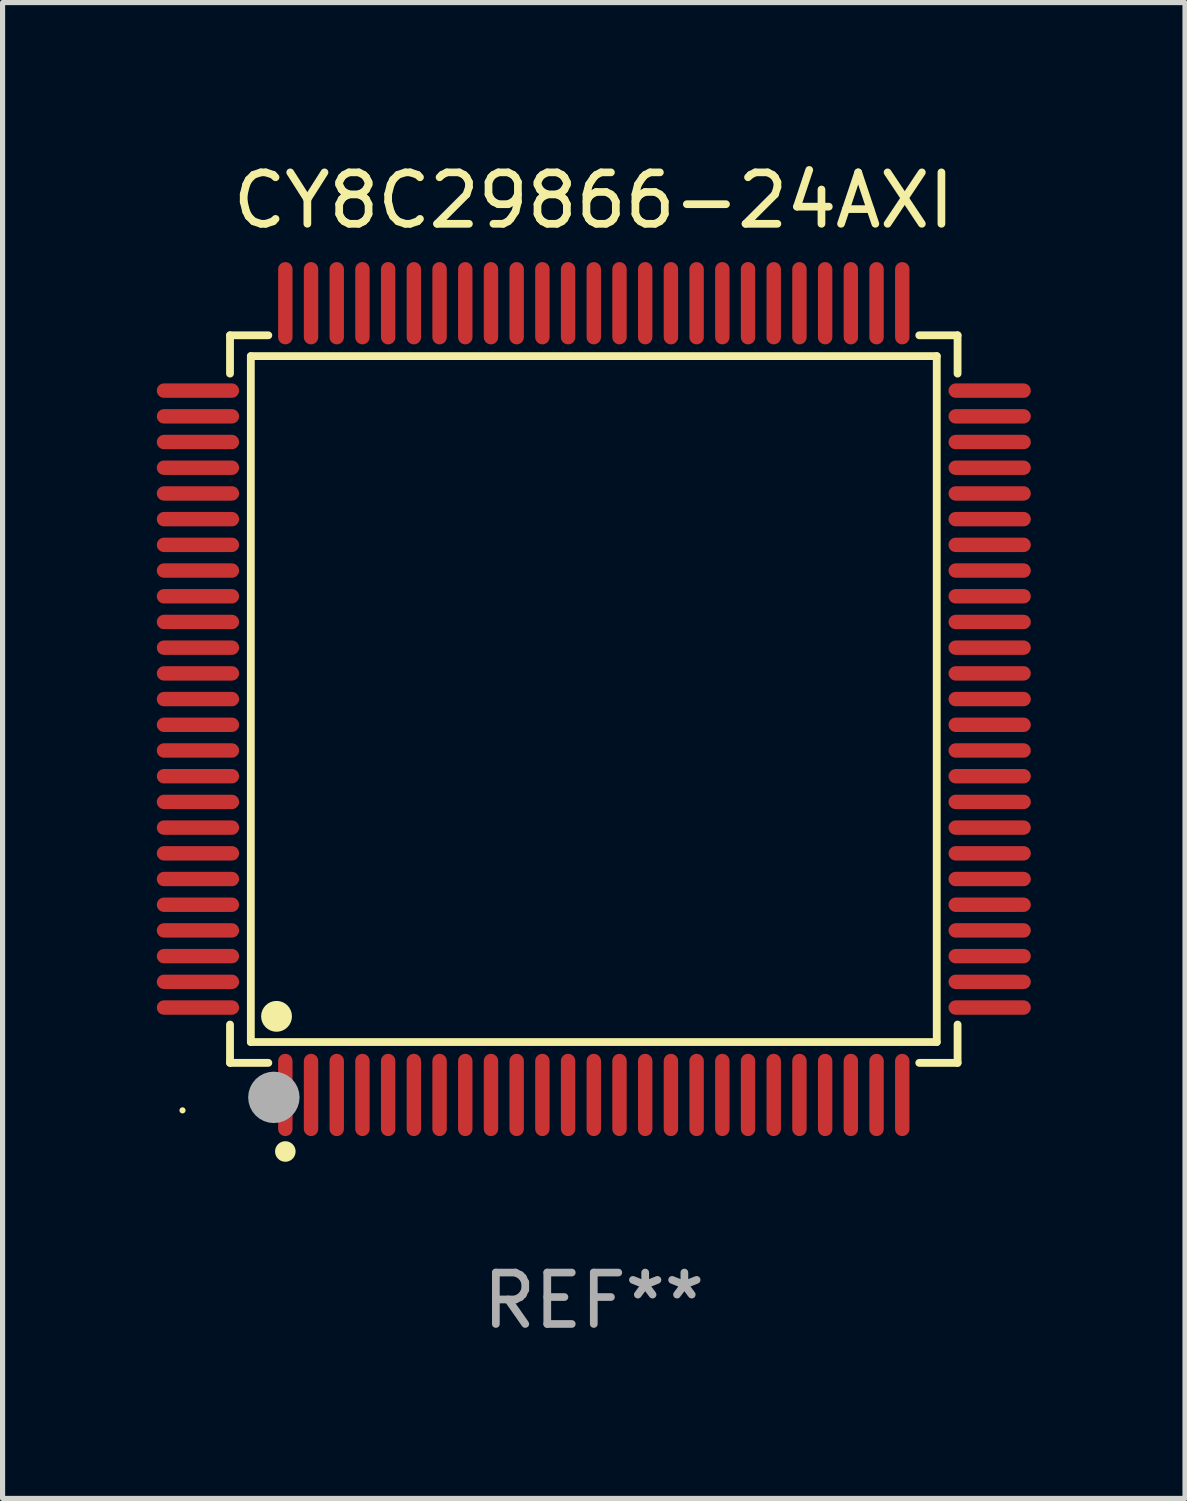
<source format=kicad_pcb>
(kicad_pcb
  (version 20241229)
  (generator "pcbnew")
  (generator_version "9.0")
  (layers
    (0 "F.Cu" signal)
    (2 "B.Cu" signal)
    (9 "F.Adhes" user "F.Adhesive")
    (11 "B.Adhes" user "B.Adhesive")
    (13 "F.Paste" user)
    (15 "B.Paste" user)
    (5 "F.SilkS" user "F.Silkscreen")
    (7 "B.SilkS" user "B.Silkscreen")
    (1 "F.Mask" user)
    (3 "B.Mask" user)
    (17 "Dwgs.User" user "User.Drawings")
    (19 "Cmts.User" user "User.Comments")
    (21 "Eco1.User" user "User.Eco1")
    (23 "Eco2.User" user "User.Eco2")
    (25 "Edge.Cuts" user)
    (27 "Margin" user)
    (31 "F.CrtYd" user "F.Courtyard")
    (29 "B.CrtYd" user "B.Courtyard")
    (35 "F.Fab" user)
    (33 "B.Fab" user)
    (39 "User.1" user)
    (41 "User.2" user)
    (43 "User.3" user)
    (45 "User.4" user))
  (footprint "CY8C29866-24AXI"
    (layer "F.Cu")
    (at 8.5 10.548)
    (property "Reference" "CY8C29866-24AXI" (at 0 -9.7 0) (layer "F.SilkS") (effects (font (size 1 1) (thickness 0.15))))
    (attr through_hole)
    (fp_line (start -7.076 -7.076) (end -6.331 -7.076) (stroke (width 0.152) (type solid)) (layer "F.SilkS"))
    (fp_line (start -7.076 -6.331) (end -7.076 -7.076) (stroke (width 0.152) (type solid)) (layer "F.SilkS"))
    (fp_line (start -7.076 6.331) (end -7.076 7.076) (stroke (width 0.152) (type solid)) (layer "F.SilkS"))
    (fp_line (start -7.076 7.076) (end -6.331 7.076) (stroke (width 0.152) (type solid)) (layer "F.SilkS"))
    (fp_line (start -6.671 -6.671) (end 6.671 -6.671) (stroke (width 0.152) (type solid)) (layer "F.SilkS"))
    (fp_line (start -6.671 6.671) (end -6.671 -6.671) (stroke (width 0.152) (type solid)) (layer "F.SilkS"))
    (fp_line (start 6.671 -6.671) (end 6.671 6.671) (stroke (width 0.152) (type solid)) (layer "F.SilkS"))
    (fp_line (start 6.671 6.671) (end -6.671 6.671) (stroke (width 0.152) (type solid)) (layer "F.SilkS"))
    (fp_line (start 7.076 -7.076) (end 6.331 -7.076) (stroke (width 0.152) (type solid)) (layer "F.SilkS"))
    (fp_line (start 7.076 -6.331) (end 7.076 -7.076) (stroke (width 0.152) (type solid)) (layer "F.SilkS"))
    (fp_line (start 7.076 6.331) (end 7.076 7.076) (stroke (width 0.152) (type solid)) (layer "F.SilkS"))
    (fp_line (start 7.076 7.076) (end 6.331 7.076) (stroke (width 0.152) (type solid)) (layer "F.SilkS"))
    (fp_circle (center -8 8) (end -7.97 8) (stroke (width 0.06) (type solid)) (fill no) (layer "F.SilkS"))
    (fp_circle (center -6.171 6.171) (end -6.021 6.171) (stroke (width 0.3) (type solid)) (fill no) (layer "F.SilkS"))
    (fp_circle (center -6 8.8) (end -5.9 8.8) (stroke (width 0.2) (type solid)) (fill no) (layer "F.SilkS"))
    (fp_circle (center -6.223 7.747) (end -5.973 7.747) (stroke (width 0.5) (type solid)) (fill no) (layer "F.Fab"))
    (fp_text user "REF**" (at 0 11.7 0) (layer "F.Fab") (effects (font (size 1 1) (thickness 0.15))))
    (pad "1" smd oval (at -6 7.7) (size 0.28 1.6) (layers "F.Cu" "F.Mask" "F.Paste"))
    (pad "2" smd oval (at -5.5 7.7) (size 0.28 1.6) (layers "F.Cu" "F.Mask" "F.Paste"))
    (pad "3" smd oval (at -5 7.7) (size 0.28 1.6) (layers "F.Cu" "F.Mask" "F.Paste"))
    (pad "4" smd oval (at -4.5 7.7) (size 0.28 1.6) (layers "F.Cu" "F.Mask" "F.Paste"))
    (pad "5" smd oval (at -4 7.7) (size 0.28 1.6) (layers "F.Cu" "F.Mask" "F.Paste"))
    (pad "6" smd oval (at -3.5 7.7) (size 0.28 1.6) (layers "F.Cu" "F.Mask" "F.Paste"))
    (pad "7" smd oval (at -3 7.7) (size 0.28 1.6) (layers "F.Cu" "F.Mask" "F.Paste"))
    (pad "8" smd oval (at -2.5 7.7) (size 0.28 1.6) (layers "F.Cu" "F.Mask" "F.Paste"))
    (pad "9" smd oval (at -2 7.7) (size 0.28 1.6) (layers "F.Cu" "F.Mask" "F.Paste"))
    (pad "10" smd oval (at -1.5 7.7) (size 0.28 1.6) (layers "F.Cu" "F.Mask" "F.Paste"))
    (pad "11" smd oval (at -1 7.7) (size 0.28 1.6) (layers "F.Cu" "F.Mask" "F.Paste"))
    (pad "12" smd oval (at -0.5 7.7) (size 0.28 1.6) (layers "F.Cu" "F.Mask" "F.Paste"))
    (pad "13" smd oval (at 0 7.7) (size 0.28 1.6) (layers "F.Cu" "F.Mask" "F.Paste"))
    (pad "14" smd oval (at 0.5 7.7) (size 0.28 1.6) (layers "F.Cu" "F.Mask" "F.Paste"))
    (pad "15" smd oval (at 1 7.7) (size 0.28 1.6) (layers "F.Cu" "F.Mask" "F.Paste"))
    (pad "16" smd oval (at 1.5 7.7) (size 0.28 1.6) (layers "F.Cu" "F.Mask" "F.Paste"))
    (pad "17" smd oval (at 2 7.7) (size 0.28 1.6) (layers "F.Cu" "F.Mask" "F.Paste"))
    (pad "18" smd oval (at 2.5 7.7) (size 0.28 1.6) (layers "F.Cu" "F.Mask" "F.Paste"))
    (pad "19" smd oval (at 3 7.7) (size 0.28 1.6) (layers "F.Cu" "F.Mask" "F.Paste"))
    (pad "20" smd oval (at 3.5 7.7) (size 0.28 1.6) (layers "F.Cu" "F.Mask" "F.Paste"))
    (pad "21" smd oval (at 4 7.7) (size 0.28 1.6) (layers "F.Cu" "F.Mask" "F.Paste"))
    (pad "22" smd oval (at 4.5 7.7) (size 0.28 1.6) (layers "F.Cu" "F.Mask" "F.Paste"))
    (pad "23" smd oval (at 5 7.7) (size 0.28 1.6) (layers "F.Cu" "F.Mask" "F.Paste"))
    (pad "24" smd oval (at 5.5 7.7) (size 0.28 1.6) (layers "F.Cu" "F.Mask" "F.Paste"))
    (pad "25" smd oval (at 6 7.7) (size 0.28 1.6) (layers "F.Cu" "F.Mask" "F.Paste"))
    (pad "26" smd oval (at 7.7 6) (size 1.6 0.28) (layers "F.Cu" "F.Mask" "F.Paste"))
    (pad "27" smd oval (at 7.7 5.5) (size 1.6 0.28) (layers "F.Cu" "F.Mask" "F.Paste"))
    (pad "28" smd oval (at 7.7 5) (size 1.6 0.28) (layers "F.Cu" "F.Mask" "F.Paste"))
    (pad "29" smd oval (at 7.7 4.5) (size 1.6 0.28) (layers "F.Cu" "F.Mask" "F.Paste"))
    (pad "30" smd oval (at 7.7 4) (size 1.6 0.28) (layers "F.Cu" "F.Mask" "F.Paste"))
    (pad "31" smd oval (at 7.7 3.5) (size 1.6 0.28) (layers "F.Cu" "F.Mask" "F.Paste"))
    (pad "32" smd oval (at 7.7 3) (size 1.6 0.28) (layers "F.Cu" "F.Mask" "F.Paste"))
    (pad "33" smd oval (at 7.7 2.5) (size 1.6 0.28) (layers "F.Cu" "F.Mask" "F.Paste"))
    (pad "34" smd oval (at 7.7 2) (size 1.6 0.28) (layers "F.Cu" "F.Mask" "F.Paste"))
    (pad "35" smd oval (at 7.7 1.5) (size 1.6 0.28) (layers "F.Cu" "F.Mask" "F.Paste"))
    (pad "36" smd oval (at 7.7 1) (size 1.6 0.28) (layers "F.Cu" "F.Mask" "F.Paste"))
    (pad "37" smd oval (at 7.7 0.5) (size 1.6 0.28) (layers "F.Cu" "F.Mask" "F.Paste"))
    (pad "38" smd oval (at 7.7 0) (size 1.6 0.28) (layers "F.Cu" "F.Mask" "F.Paste"))
    (pad "39" smd oval (at 7.7 -0.5) (size 1.6 0.28) (layers "F.Cu" "F.Mask" "F.Paste"))
    (pad "40" smd oval (at 7.7 -1) (size 1.6 0.28) (layers "F.Cu" "F.Mask" "F.Paste"))
    (pad "41" smd oval (at 7.7 -1.5) (size 1.6 0.28) (layers "F.Cu" "F.Mask" "F.Paste"))
    (pad "42" smd oval (at 7.7 -2) (size 1.6 0.28) (layers "F.Cu" "F.Mask" "F.Paste"))
    (pad "43" smd oval (at 7.7 -2.5) (size 1.6 0.28) (layers "F.Cu" "F.Mask" "F.Paste"))
    (pad "44" smd oval (at 7.7 -3) (size 1.6 0.28) (layers "F.Cu" "F.Mask" "F.Paste"))
    (pad "45" smd oval (at 7.7 -3.5) (size 1.6 0.28) (layers "F.Cu" "F.Mask" "F.Paste"))
    (pad "46" smd oval (at 7.7 -4) (size 1.6 0.28) (layers "F.Cu" "F.Mask" "F.Paste"))
    (pad "47" smd oval (at 7.7 -4.5) (size 1.6 0.28) (layers "F.Cu" "F.Mask" "F.Paste"))
    (pad "48" smd oval (at 7.7 -5) (size 1.6 0.28) (layers "F.Cu" "F.Mask" "F.Paste"))
    (pad "49" smd oval (at 7.7 -5.5) (size 1.6 0.28) (layers "F.Cu" "F.Mask" "F.Paste"))
    (pad "50" smd oval (at 7.7 -6) (size 1.6 0.28) (layers "F.Cu" "F.Mask" "F.Paste"))
    (pad "51" smd oval (at 6 -7.7) (size 0.28 1.6) (layers "F.Cu" "F.Mask" "F.Paste"))
    (pad "52" smd oval (at 5.5 -7.7) (size 0.28 1.6) (layers "F.Cu" "F.Mask" "F.Paste"))
    (pad "53" smd oval (at 5 -7.7) (size 0.28 1.6) (layers "F.Cu" "F.Mask" "F.Paste"))
    (pad "54" smd oval (at 4.5 -7.7) (size 0.28 1.6) (layers "F.Cu" "F.Mask" "F.Paste"))
    (pad "55" smd oval (at 4 -7.7) (size 0.28 1.6) (layers "F.Cu" "F.Mask" "F.Paste"))
    (pad "56" smd oval (at 3.5 -7.7) (size 0.28 1.6) (layers "F.Cu" "F.Mask" "F.Paste"))
    (pad "57" smd oval (at 3 -7.7) (size 0.28 1.6) (layers "F.Cu" "F.Mask" "F.Paste"))
    (pad "58" smd oval (at 2.5 -7.7) (size 0.28 1.6) (layers "F.Cu" "F.Mask" "F.Paste"))
    (pad "59" smd oval (at 2 -7.7) (size 0.28 1.6) (layers "F.Cu" "F.Mask" "F.Paste"))
    (pad "60" smd oval (at 1.5 -7.7) (size 0.28 1.6) (layers "F.Cu" "F.Mask" "F.Paste"))
    (pad "61" smd oval (at 1 -7.7) (size 0.28 1.6) (layers "F.Cu" "F.Mask" "F.Paste"))
    (pad "62" smd oval (at 0.5 -7.7) (size 0.28 1.6) (layers "F.Cu" "F.Mask" "F.Paste"))
    (pad "63" smd oval (at 0 -7.7) (size 0.28 1.6) (layers "F.Cu" "F.Mask" "F.Paste"))
    (pad "64" smd oval (at -0.5 -7.7) (size 0.28 1.6) (layers "F.Cu" "F.Mask" "F.Paste"))
    (pad "65" smd oval (at -1 -7.7) (size 0.28 1.6) (layers "F.Cu" "F.Mask" "F.Paste"))
    (pad "66" smd oval (at -1.5 -7.7) (size 0.28 1.6) (layers "F.Cu" "F.Mask" "F.Paste"))
    (pad "67" smd oval (at -2 -7.7) (size 0.28 1.6) (layers "F.Cu" "F.Mask" "F.Paste"))
    (pad "68" smd oval (at -2.5 -7.7) (size 0.28 1.6) (layers "F.Cu" "F.Mask" "F.Paste"))
    (pad "69" smd oval (at -3 -7.7) (size 0.28 1.6) (layers "F.Cu" "F.Mask" "F.Paste"))
    (pad "70" smd oval (at -3.5 -7.7) (size 0.28 1.6) (layers "F.Cu" "F.Mask" "F.Paste"))
    (pad "71" smd oval (at -4 -7.7) (size 0.28 1.6) (layers "F.Cu" "F.Mask" "F.Paste"))
    (pad "72" smd oval (at -4.5 -7.7) (size 0.28 1.6) (layers "F.Cu" "F.Mask" "F.Paste"))
    (pad "73" smd oval (at -5 -7.7) (size 0.28 1.6) (layers "F.Cu" "F.Mask" "F.Paste"))
    (pad "74" smd oval (at -5.5 -7.7) (size 0.28 1.6) (layers "F.Cu" "F.Mask" "F.Paste"))
    (pad "75" smd oval (at -6 -7.7) (size 0.28 1.6) (layers "F.Cu" "F.Mask" "F.Paste"))
    (pad "76" smd oval (at -7.7 -6) (size 1.6 0.28) (layers "F.Cu" "F.Mask" "F.Paste"))
    (pad "77" smd oval (at -7.7 -5.5) (size 1.6 0.28) (layers "F.Cu" "F.Mask" "F.Paste"))
    (pad "78" smd oval (at -7.7 -5) (size 1.6 0.28) (layers "F.Cu" "F.Mask" "F.Paste"))
    (pad "79" smd oval (at -7.7 -4.5) (size 1.6 0.28) (layers "F.Cu" "F.Mask" "F.Paste"))
    (pad "80" smd oval (at -7.7 -4) (size 1.6 0.28) (layers "F.Cu" "F.Mask" "F.Paste"))
    (pad "81" smd oval (at -7.7 -3.5) (size 1.6 0.28) (layers "F.Cu" "F.Mask" "F.Paste"))
    (pad "82" smd oval (at -7.7 -3) (size 1.6 0.28) (layers "F.Cu" "F.Mask" "F.Paste"))
    (pad "83" smd oval (at -7.7 -2.5) (size 1.6 0.28) (layers "F.Cu" "F.Mask" "F.Paste"))
    (pad "84" smd oval (at -7.7 -2) (size 1.6 0.28) (layers "F.Cu" "F.Mask" "F.Paste"))
    (pad "85" smd oval (at -7.7 -1.5) (size 1.6 0.28) (layers "F.Cu" "F.Mask" "F.Paste"))
    (pad "86" smd oval (at -7.7 -1) (size 1.6 0.28) (layers "F.Cu" "F.Mask" "F.Paste"))
    (pad "87" smd oval (at -7.7 -0.5) (size 1.6 0.28) (layers "F.Cu" "F.Mask" "F.Paste"))
    (pad "88" smd oval (at -7.7 0) (size 1.6 0.28) (layers "F.Cu" "F.Mask" "F.Paste"))
    (pad "89" smd oval (at -7.7 0.5) (size 1.6 0.28) (layers "F.Cu" "F.Mask" "F.Paste"))
    (pad "90" smd oval (at -7.7 1) (size 1.6 0.28) (layers "F.Cu" "F.Mask" "F.Paste"))
    (pad "91" smd oval (at -7.7 1.5) (size 1.6 0.28) (layers "F.Cu" "F.Mask" "F.Paste"))
    (pad "92" smd oval (at -7.7 2) (size 1.6 0.28) (layers "F.Cu" "F.Mask" "F.Paste"))
    (pad "93" smd oval (at -7.7 2.5) (size 1.6 0.28) (layers "F.Cu" "F.Mask" "F.Paste"))
    (pad "94" smd oval (at -7.7 3) (size 1.6 0.28) (layers "F.Cu" "F.Mask" "F.Paste"))
    (pad "95" smd oval (at -7.7 3.5) (size 1.6 0.28) (layers "F.Cu" "F.Mask" "F.Paste"))
    (pad "96" smd oval (at -7.7 4) (size 1.6 0.28) (layers "F.Cu" "F.Mask" "F.Paste"))
    (pad "97" smd oval (at -7.7 4.5) (size 1.6 0.28) (layers "F.Cu" "F.Mask" "F.Paste"))
    (pad "98" smd oval (at -7.7 5) (size 1.6 0.28) (layers "F.Cu" "F.Mask" "F.Paste"))
    (pad "99" smd oval (at -7.7 5.5) (size 1.6 0.28) (layers "F.Cu" "F.Mask" "F.Paste"))
    (pad "100" smd oval (at -7.7 6) (size 1.6 0.28) (layers "F.Cu" "F.Mask" "F.Paste")))
  (gr_rect
    (start -3 -3)
    (end 20 26.097)
    (stroke (width 0.1) (type default))
    (fill no)
    (layer "Edge.Cuts")))
</source>
